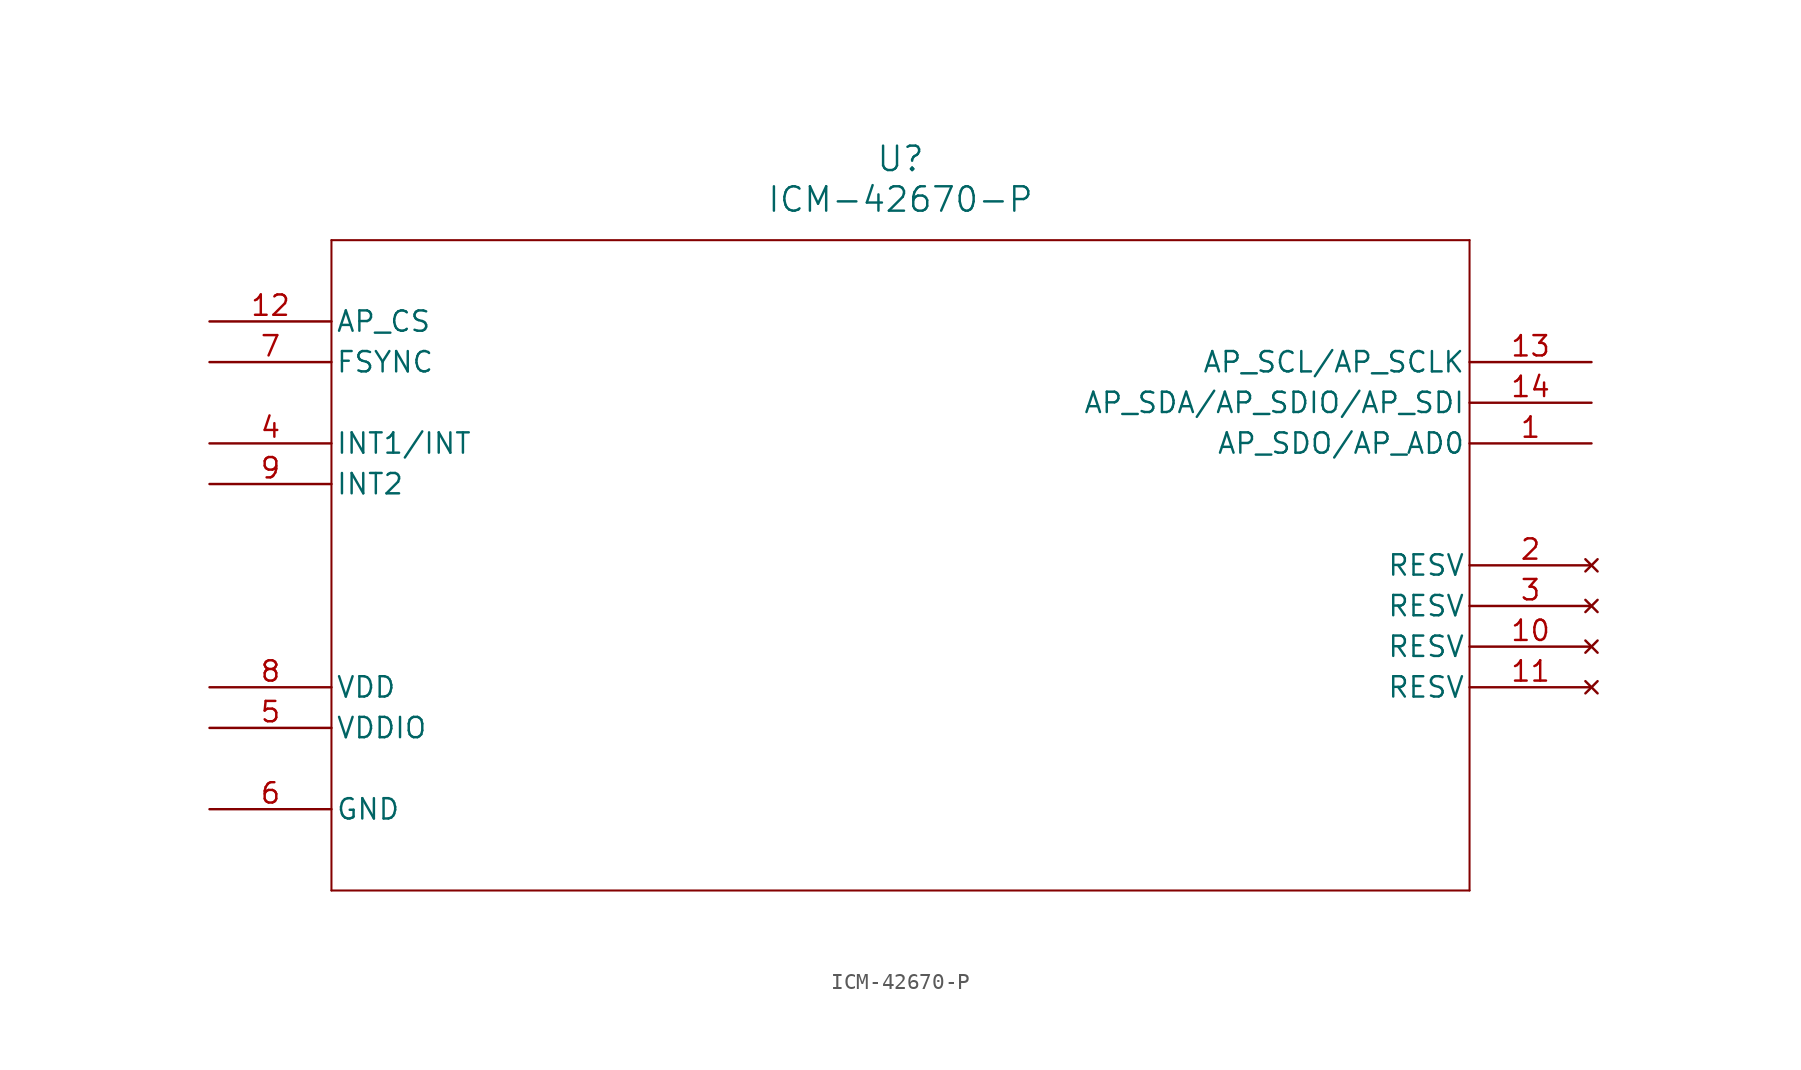
<source format=kicad_sym>
(kicad_symbol_lib
  (version 20211014)
  (generator kicad_symbol_editor)
  (symbol "ICM-42670-P"
    (pin_names
      (offset 0.254))
    (property "Reference" "U"
      (at 43.18 10.16 0)
      (effects (font (size 1.524 1.524))))
    (property "Value" "ICM-42670-P"
      (at 43.18 7.62 0)
      (effects (font (size 1.524 1.524))))
    (symbol "ICM-42670-P_0_1"
      (polyline (pts (xy 7.62 5.08) (xy 7.62 -35.56)) (stroke (width 0.127) (type default) (color 0 0 0 0)) (fill (type none)))
      (polyline (pts (xy 7.62 -35.56) (xy 78.74 -35.56)) (stroke (width 0.127) (type default) (color 0 0 0 0)) (fill (type none)))
      (polyline (pts (xy 78.74 -35.56) (xy 78.74 5.08)) (stroke (width 0.127) (type default) (color 0 0 0 0)) (fill (type none)))
      (polyline (pts (xy 78.74 5.08) (xy 7.62 5.08)) (stroke (width 0.127) (type default) (color 0 0 0 0)) (fill (type none)))
      (pin bidirectional line (at 86.36 -7.62 180) (length 7.62) (name "AP_SDO/AP_AD0" (effects (font (size 1.27 1.27)))) (number "1" (effects (font (size 1.27 1.27)))))
      (pin no_connect line (at 86.36 -15.24 180) (length 7.62) (name "RESV" (effects (font (size 1.27 1.27)))) (number "2" (effects (font (size 1.27 1.27)))))
      (pin no_connect line (at 86.36 -17.78 180) (length 7.62) (name "RESV" (effects (font (size 1.27 1.27)))) (number "3" (effects (font (size 1.27 1.27)))))
      (pin output line (at 0 -7.62 0) (length 7.62) (name "INT1/INT" (effects (font (size 1.27 1.27)))) (number "4" (effects (font (size 1.27 1.27)))))
      (pin power_in line (at 0 -25.4 0) (length 7.62) (name "VDDIO" (effects (font (size 1.27 1.27)))) (number "5" (effects (font (size 1.27 1.27)))))
      (pin power_out line (at 0 -30.48 0) (length 7.62) (name "GND" (effects (font (size 1.27 1.27)))) (number "6" (effects (font (size 1.27 1.27)))))
      (pin input line (at 0 -2.54 0) (length 7.62) (name "FSYNC" (effects (font (size 1.27 1.27)))) (number "7" (effects (font (size 1.27 1.27)))))
      (pin power_in line (at 0 -22.86 0) (length 7.62) (name "VDD" (effects (font (size 1.27 1.27)))) (number "8" (effects (font (size 1.27 1.27)))))
      (pin output line (at 0 -10.16 0) (length 7.62) (name "INT2" (effects (font (size 1.27 1.27)))) (number "9" (effects (font (size 1.27 1.27)))))
      (pin no_connect line (at 86.36 -20.32 180) (length 7.62) (name "RESV" (effects (font (size 1.27 1.27)))) (number "10" (effects (font (size 1.27 1.27)))))
      (pin no_connect line (at 86.36 -22.86 180) (length 7.62) (name "RESV" (effects (font (size 1.27 1.27)))) (number "11" (effects (font (size 1.27 1.27)))))
      (pin input line (at 0 0 0) (length 7.62) (name "AP_CS" (effects (font (size 1.27 1.27)))) (number "12" (effects (font (size 1.27 1.27)))))
      (pin bidirectional line (at 86.36 -2.54 180) (length 7.62) (name "AP_SCL/AP_SCLK" (effects (font (size 1.27 1.27)))) (number "13" (effects (font (size 1.27 1.27)))))
      (pin bidirectional line (at 86.36 -5.08 180) (length 7.62) (name "AP_SDA/AP_SDIO/AP_SDI" (effects (font (size 1.27 1.27)))) (number "14" (effects (font (size 1.27 1.27))))))))
</source>
